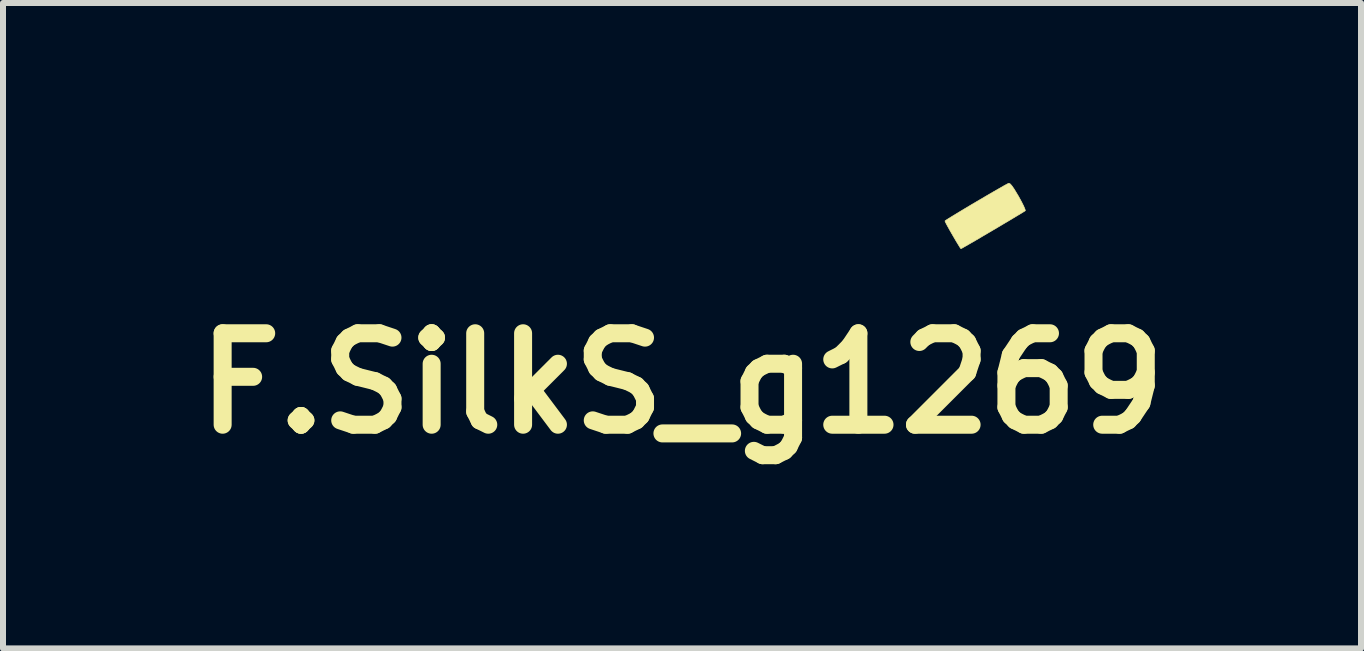
<source format=kicad_pcb>
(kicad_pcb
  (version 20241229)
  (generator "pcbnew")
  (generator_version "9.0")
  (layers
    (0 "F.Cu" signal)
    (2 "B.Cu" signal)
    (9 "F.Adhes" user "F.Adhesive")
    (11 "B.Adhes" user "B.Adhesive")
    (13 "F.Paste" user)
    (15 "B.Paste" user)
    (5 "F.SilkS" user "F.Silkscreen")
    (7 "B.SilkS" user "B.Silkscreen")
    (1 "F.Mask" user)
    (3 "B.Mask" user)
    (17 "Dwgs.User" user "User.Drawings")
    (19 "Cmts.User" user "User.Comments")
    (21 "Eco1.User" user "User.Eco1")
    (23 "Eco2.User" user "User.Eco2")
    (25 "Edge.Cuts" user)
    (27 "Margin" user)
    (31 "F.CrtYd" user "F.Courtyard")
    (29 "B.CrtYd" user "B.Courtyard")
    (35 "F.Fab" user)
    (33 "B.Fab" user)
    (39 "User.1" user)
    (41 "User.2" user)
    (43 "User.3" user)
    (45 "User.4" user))
  (footprint "F.SilkS_g1269"
    (layer "F.Cu")
    (at 8.317 3.339)
    (property "Reference" "F.SilkS_g1269" (at 0 0 0) (layer "F.SilkS") (effects (font (size 1.524 1.524) (thickness 0.3))))
    (attr through_hole)
    (fp_poly (pts (xy 5.464 -3.329) (xy 5.493 -3.299) (xy 5.535 -3.239) (xy 5.591 -3.146) (xy 5.607 -3.12) (xy 5.655 -3.032) (xy 5.693 -2.957) (xy 5.716 -2.903) (xy 5.722 -2.877) (xy 5.721 -2.877) (xy 5.7 -2.863) (xy 5.648 -2.831) (xy 5.571 -2.785) (xy 5.475 -2.727) (xy 5.365 -2.662) (xy 5.246 -2.591) (xy 5.125 -2.52) (xy 5.006 -2.45) (xy 4.896 -2.385) (xy 4.799 -2.329) (xy 4.722 -2.285) (xy 4.67 -2.255) (xy 4.648 -2.244) (xy 4.648 -2.244) (xy 4.635 -2.261) (xy 4.606 -2.308) (xy 4.564 -2.377) (xy 4.514 -2.463) (xy 4.511 -2.468) (xy 4.461 -2.555) (xy 4.42 -2.629) (xy 4.392 -2.682) (xy 4.382 -2.706) (xy 4.382 -2.706) (xy 4.399 -2.719) (xy 4.447 -2.75) (xy 4.522 -2.796) (xy 4.616 -2.853) (xy 4.724 -2.918) (xy 4.841 -2.988) (xy 4.962 -3.059) (xy 5.081 -3.129) (xy 5.191 -3.193) (xy 5.289 -3.249) (xy 5.367 -3.294) (xy 5.421 -3.323) (xy 5.443 -3.334) (xy 5.464 -3.329)) (stroke (width 0.01) (type solid)) (fill yes) (layer "F.SilkS")))
  (gr_rect
    (start -3 -3)
    (end 19.633 7.757)
    (stroke (width 0.1) (type default))
    (fill no)
    (layer "Edge.Cuts")))
</source>
